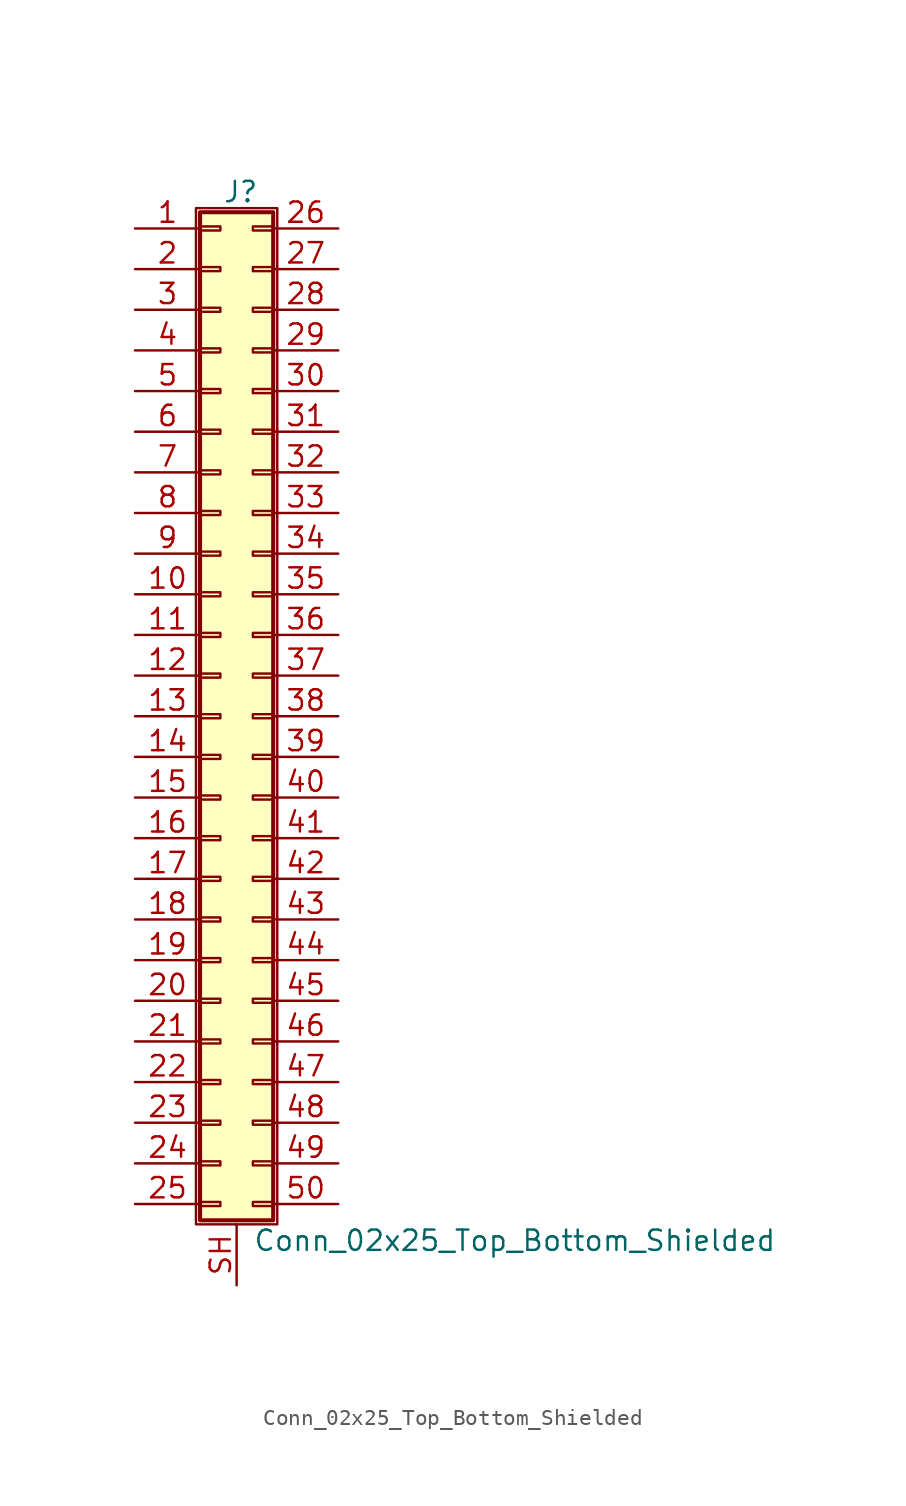
<source format=kicad_sym>
(kicad_symbol_lib
  (version 20201005)
  (generator kicad_symbol_editor)
  (symbol "Conn_02x25_Top_Bottom_Shielded"
    (pin_names
      (offset 1.016) hide)
    (property "Reference" "J"
      (at 1.524 32.766 0)
      (effects (font (size 1.27 1.27))))
    (property "Value" "Conn_02x25_Top_Bottom_Shielded"
      (at 2.286 -32.766 0)
      (effects (font (size 1.27 1.27)) (justify left)))
    (symbol "Conn_02x25_Top_Bottom_Shielded_1_1"
      (rectangle (start -1.27 31.75) (end 3.81 -31.75) (stroke (width 0.152)) (fill (type none)))
      (rectangle (start -1.016 -30.353) (end 0.254 -30.607) (stroke (width 0.152)) (fill (type none)))
      (rectangle (start -1.016 -27.813) (end 0.254 -28.067) (stroke (width 0.152)) (fill (type none)))
      (rectangle (start -1.016 -25.273) (end 0.254 -25.527) (stroke (width 0.152)) (fill (type none)))
      (rectangle (start -1.016 -22.733) (end 0.254 -22.987) (stroke (width 0.152)) (fill (type none)))
      (rectangle (start -1.016 -20.193) (end 0.254 -20.447) (stroke (width 0.152)) (fill (type none)))
      (rectangle (start -1.016 -17.653) (end 0.254 -17.907) (stroke (width 0.152)) (fill (type none)))
      (rectangle (start -1.016 -15.113) (end 0.254 -15.367) (stroke (width 0.152)) (fill (type none)))
      (rectangle (start -1.016 -12.573) (end 0.254 -12.827) (stroke (width 0.152)) (fill (type none)))
      (rectangle (start -1.016 -10.033) (end 0.254 -10.287) (stroke (width 0.152)) (fill (type none)))
      (rectangle (start -1.016 -7.493) (end 0.254 -7.747) (stroke (width 0.152)) (fill (type none)))
      (rectangle (start -1.016 -4.953) (end 0.254 -5.207) (stroke (width 0.152)) (fill (type none)))
      (rectangle (start -1.016 -2.413) (end 0.254 -2.667) (stroke (width 0.152)) (fill (type none)))
      (rectangle (start -1.016 0.127) (end 0.254 -0.127) (stroke (width 0.152)) (fill (type none)))
      (rectangle (start -1.016 2.667) (end 0.254 2.413) (stroke (width 0.152)) (fill (type none)))
      (rectangle (start -1.016 5.207) (end 0.254 4.953) (stroke (width 0.152)) (fill (type none)))
      (rectangle (start -1.016 7.747) (end 0.254 7.493) (stroke (width 0.152)) (fill (type none)))
      (rectangle (start -1.016 10.287) (end 0.254 10.033) (stroke (width 0.152)) (fill (type none)))
      (rectangle (start -1.016 12.827) (end 0.254 12.573) (stroke (width 0.152)) (fill (type none)))
      (rectangle (start -1.016 15.367) (end 0.254 15.113) (stroke (width 0.152)) (fill (type none)))
      (rectangle (start -1.016 17.907) (end 0.254 17.653) (stroke (width 0.152)) (fill (type none)))
      (rectangle (start -1.016 20.447) (end 0.254 20.193) (stroke (width 0.152)) (fill (type none)))
      (rectangle (start -1.016 22.987) (end 0.254 22.733) (stroke (width 0.152)) (fill (type none)))
      (rectangle (start -1.016 25.527) (end 0.254 25.273) (stroke (width 0.152)) (fill (type none)))
      (rectangle (start -1.016 28.067) (end 0.254 27.813) (stroke (width 0.152)) (fill (type none)))
      (rectangle (start -1.016 30.607) (end 0.254 30.353) (stroke (width 0.152)) (fill (type none)))
      (rectangle (start -1.016 31.496) (end 3.556 -31.496) (stroke (width 0.254)) (fill (type background)))
      (rectangle (start 3.556 -30.353) (end 2.286 -30.607) (stroke (width 0.152)) (fill (type none)))
      (rectangle (start 3.556 -27.813) (end 2.286 -28.067) (stroke (width 0.152)) (fill (type none)))
      (rectangle (start 3.556 -25.273) (end 2.286 -25.527) (stroke (width 0.152)) (fill (type none)))
      (rectangle (start 3.556 -22.733) (end 2.286 -22.987) (stroke (width 0.152)) (fill (type none)))
      (rectangle (start 3.556 -20.193) (end 2.286 -20.447) (stroke (width 0.152)) (fill (type none)))
      (rectangle (start 3.556 -17.653) (end 2.286 -17.907) (stroke (width 0.152)) (fill (type none)))
      (rectangle (start 3.556 -15.113) (end 2.286 -15.367) (stroke (width 0.152)) (fill (type none)))
      (rectangle (start 3.556 -12.573) (end 2.286 -12.827) (stroke (width 0.152)) (fill (type none)))
      (rectangle (start 3.556 -10.033) (end 2.286 -10.287) (stroke (width 0.152)) (fill (type none)))
      (rectangle (start 3.556 -7.493) (end 2.286 -7.747) (stroke (width 0.152)) (fill (type none)))
      (rectangle (start 3.556 -4.953) (end 2.286 -5.207) (stroke (width 0.152)) (fill (type none)))
      (rectangle (start 3.556 -2.413) (end 2.286 -2.667) (stroke (width 0.152)) (fill (type none)))
      (rectangle (start 3.556 0.127) (end 2.286 -0.127) (stroke (width 0.152)) (fill (type none)))
      (rectangle (start 3.556 2.667) (end 2.286 2.413) (stroke (width 0.152)) (fill (type none)))
      (rectangle (start 3.556 5.207) (end 2.286 4.953) (stroke (width 0.152)) (fill (type none)))
      (rectangle (start 3.556 7.747) (end 2.286 7.493) (stroke (width 0.152)) (fill (type none)))
      (rectangle (start 3.556 10.287) (end 2.286 10.033) (stroke (width 0.152)) (fill (type none)))
      (rectangle (start 3.556 12.827) (end 2.286 12.573) (stroke (width 0.152)) (fill (type none)))
      (rectangle (start 3.556 15.367) (end 2.286 15.113) (stroke (width 0.152)) (fill (type none)))
      (rectangle (start 3.556 17.907) (end 2.286 17.653) (stroke (width 0.152)) (fill (type none)))
      (rectangle (start 3.556 20.447) (end 2.286 20.193) (stroke (width 0.152)) (fill (type none)))
      (rectangle (start 3.556 22.987) (end 2.286 22.733) (stroke (width 0.152)) (fill (type none)))
      (rectangle (start 3.556 25.527) (end 2.286 25.273) (stroke (width 0.152)) (fill (type none)))
      (rectangle (start 3.556 28.067) (end 2.286 27.813) (stroke (width 0.152)) (fill (type none)))
      (rectangle (start 3.556 30.607) (end 2.286 30.353) (stroke (width 0.152)) (fill (type none)))
      (pin passive line (at -5.08 30.48 0) (length 4.064) (name "Pin_1" (effects (font (size 1.27 1.27)))) (number "1" (effects (font (size 1.27 1.27)))))
      (pin passive line (at -5.08 7.62 0) (length 4.064) (name "Pin_10" (effects (font (size 1.27 1.27)))) (number "10" (effects (font (size 1.27 1.27)))))
      (pin passive line (at -5.08 5.08 0) (length 4.064) (name "Pin_11" (effects (font (size 1.27 1.27)))) (number "11" (effects (font (size 1.27 1.27)))))
      (pin passive line (at -5.08 2.54 0) (length 4.064) (name "Pin_12" (effects (font (size 1.27 1.27)))) (number "12" (effects (font (size 1.27 1.27)))))
      (pin passive line (at -5.08 0 0) (length 4.064) (name "Pin_13" (effects (font (size 1.27 1.27)))) (number "13" (effects (font (size 1.27 1.27)))))
      (pin passive line (at -5.08 -2.54 0) (length 4.064) (name "Pin_14" (effects (font (size 1.27 1.27)))) (number "14" (effects (font (size 1.27 1.27)))))
      (pin passive line (at -5.08 -5.08 0) (length 4.064) (name "Pin_15" (effects (font (size 1.27 1.27)))) (number "15" (effects (font (size 1.27 1.27)))))
      (pin passive line (at -5.08 -7.62 0) (length 4.064) (name "Pin_16" (effects (font (size 1.27 1.27)))) (number "16" (effects (font (size 1.27 1.27)))))
      (pin passive line (at -5.08 -10.16 0) (length 4.064) (name "Pin_17" (effects (font (size 1.27 1.27)))) (number "17" (effects (font (size 1.27 1.27)))))
      (pin passive line (at -5.08 -12.7 0) (length 4.064) (name "Pin_18" (effects (font (size 1.27 1.27)))) (number "18" (effects (font (size 1.27 1.27)))))
      (pin passive line (at -5.08 -15.24 0) (length 4.064) (name "Pin_19" (effects (font (size 1.27 1.27)))) (number "19" (effects (font (size 1.27 1.27)))))
      (pin passive line (at -5.08 27.94 0) (length 4.064) (name "Pin_2" (effects (font (size 1.27 1.27)))) (number "2" (effects (font (size 1.27 1.27)))))
      (pin passive line (at -5.08 -17.78 0) (length 4.064) (name "Pin_20" (effects (font (size 1.27 1.27)))) (number "20" (effects (font (size 1.27 1.27)))))
      (pin passive line (at -5.08 -20.32 0) (length 4.064) (name "Pin_21" (effects (font (size 1.27 1.27)))) (number "21" (effects (font (size 1.27 1.27)))))
      (pin passive line (at -5.08 -22.86 0) (length 4.064) (name "Pin_22" (effects (font (size 1.27 1.27)))) (number "22" (effects (font (size 1.27 1.27)))))
      (pin passive line (at -5.08 -25.4 0) (length 4.064) (name "Pin_23" (effects (font (size 1.27 1.27)))) (number "23" (effects (font (size 1.27 1.27)))))
      (pin passive line (at -5.08 -27.94 0) (length 4.064) (name "Pin_24" (effects (font (size 1.27 1.27)))) (number "24" (effects (font (size 1.27 1.27)))))
      (pin passive line (at -5.08 -30.48 0) (length 4.064) (name "Pin_25" (effects (font (size 1.27 1.27)))) (number "25" (effects (font (size 1.27 1.27)))))
      (pin passive line (at 7.62 30.48 180) (length 4.064) (name "Pin_26" (effects (font (size 1.27 1.27)))) (number "26" (effects (font (size 1.27 1.27)))))
      (pin passive line (at 7.62 27.94 180) (length 4.064) (name "Pin_27" (effects (font (size 1.27 1.27)))) (number "27" (effects (font (size 1.27 1.27)))))
      (pin passive line (at 7.62 25.4 180) (length 4.064) (name "Pin_28" (effects (font (size 1.27 1.27)))) (number "28" (effects (font (size 1.27 1.27)))))
      (pin passive line (at 7.62 22.86 180) (length 4.064) (name "Pin_29" (effects (font (size 1.27 1.27)))) (number "29" (effects (font (size 1.27 1.27)))))
      (pin passive line (at -5.08 25.4 0) (length 4.064) (name "Pin_3" (effects (font (size 1.27 1.27)))) (number "3" (effects (font (size 1.27 1.27)))))
      (pin passive line (at 7.62 20.32 180) (length 4.064) (name "Pin_30" (effects (font (size 1.27 1.27)))) (number "30" (effects (font (size 1.27 1.27)))))
      (pin passive line (at 7.62 17.78 180) (length 4.064) (name "Pin_31" (effects (font (size 1.27 1.27)))) (number "31" (effects (font (size 1.27 1.27)))))
      (pin passive line (at 7.62 15.24 180) (length 4.064) (name "Pin_32" (effects (font (size 1.27 1.27)))) (number "32" (effects (font (size 1.27 1.27)))))
      (pin passive line (at 7.62 12.7 180) (length 4.064) (name "Pin_33" (effects (font (size 1.27 1.27)))) (number "33" (effects (font (size 1.27 1.27)))))
      (pin passive line (at 7.62 10.16 180) (length 4.064) (name "Pin_34" (effects (font (size 1.27 1.27)))) (number "34" (effects (font (size 1.27 1.27)))))
      (pin passive line (at 7.62 7.62 180) (length 4.064) (name "Pin_35" (effects (font (size 1.27 1.27)))) (number "35" (effects (font (size 1.27 1.27)))))
      (pin passive line (at 7.62 5.08 180) (length 4.064) (name "Pin_36" (effects (font (size 1.27 1.27)))) (number "36" (effects (font (size 1.27 1.27)))))
      (pin passive line (at 7.62 2.54 180) (length 4.064) (name "Pin_37" (effects (font (size 1.27 1.27)))) (number "37" (effects (font (size 1.27 1.27)))))
      (pin passive line (at 7.62 0 180) (length 4.064) (name "Pin_38" (effects (font (size 1.27 1.27)))) (number "38" (effects (font (size 1.27 1.27)))))
      (pin passive line (at 7.62 -2.54 180) (length 4.064) (name "Pin_39" (effects (font (size 1.27 1.27)))) (number "39" (effects (font (size 1.27 1.27)))))
      (pin passive line (at -5.08 22.86 0) (length 4.064) (name "Pin_4" (effects (font (size 1.27 1.27)))) (number "4" (effects (font (size 1.27 1.27)))))
      (pin passive line (at 7.62 -5.08 180) (length 4.064) (name "Pin_40" (effects (font (size 1.27 1.27)))) (number "40" (effects (font (size 1.27 1.27)))))
      (pin passive line (at 7.62 -7.62 180) (length 4.064) (name "Pin_41" (effects (font (size 1.27 1.27)))) (number "41" (effects (font (size 1.27 1.27)))))
      (pin passive line (at 7.62 -10.16 180) (length 4.064) (name "Pin_42" (effects (font (size 1.27 1.27)))) (number "42" (effects (font (size 1.27 1.27)))))
      (pin passive line (at 7.62 -12.7 180) (length 4.064) (name "Pin_43" (effects (font (size 1.27 1.27)))) (number "43" (effects (font (size 1.27 1.27)))))
      (pin passive line (at 7.62 -15.24 180) (length 4.064) (name "Pin_44" (effects (font (size 1.27 1.27)))) (number "44" (effects (font (size 1.27 1.27)))))
      (pin passive line (at 7.62 -17.78 180) (length 4.064) (name "Pin_45" (effects (font (size 1.27 1.27)))) (number "45" (effects (font (size 1.27 1.27)))))
      (pin passive line (at 7.62 -20.32 180) (length 4.064) (name "Pin_46" (effects (font (size 1.27 1.27)))) (number "46" (effects (font (size 1.27 1.27)))))
      (pin passive line (at 7.62 -22.86 180) (length 4.064) (name "Pin_47" (effects (font (size 1.27 1.27)))) (number "47" (effects (font (size 1.27 1.27)))))
      (pin passive line (at 7.62 -25.4 180) (length 4.064) (name "Pin_48" (effects (font (size 1.27 1.27)))) (number "48" (effects (font (size 1.27 1.27)))))
      (pin passive line (at 7.62 -27.94 180) (length 4.064) (name "Pin_49" (effects (font (size 1.27 1.27)))) (number "49" (effects (font (size 1.27 1.27)))))
      (pin passive line (at -5.08 20.32 0) (length 4.064) (name "Pin_5" (effects (font (size 1.27 1.27)))) (number "5" (effects (font (size 1.27 1.27)))))
      (pin passive line (at 7.62 -30.48 180) (length 4.064) (name "Pin_50" (effects (font (size 1.27 1.27)))) (number "50" (effects (font (size 1.27 1.27)))))
      (pin passive line (at -5.08 17.78 0) (length 4.064) (name "Pin_6" (effects (font (size 1.27 1.27)))) (number "6" (effects (font (size 1.27 1.27)))))
      (pin passive line (at -5.08 15.24 0) (length 4.064) (name "Pin_7" (effects (font (size 1.27 1.27)))) (number "7" (effects (font (size 1.27 1.27)))))
      (pin passive line (at -5.08 12.7 0) (length 4.064) (name "Pin_8" (effects (font (size 1.27 1.27)))) (number "8" (effects (font (size 1.27 1.27)))))
      (pin passive line (at -5.08 10.16 0) (length 4.064) (name "Pin_9" (effects (font (size 1.27 1.27)))) (number "9" (effects (font (size 1.27 1.27)))))
      (pin passive line (at 1.27 -35.56 90) (length 3.81) (name "Shield" (effects (font (size 1.27 1.27)))) (number "SH" (effects (font (size 1.27 1.27))))))))
</source>
